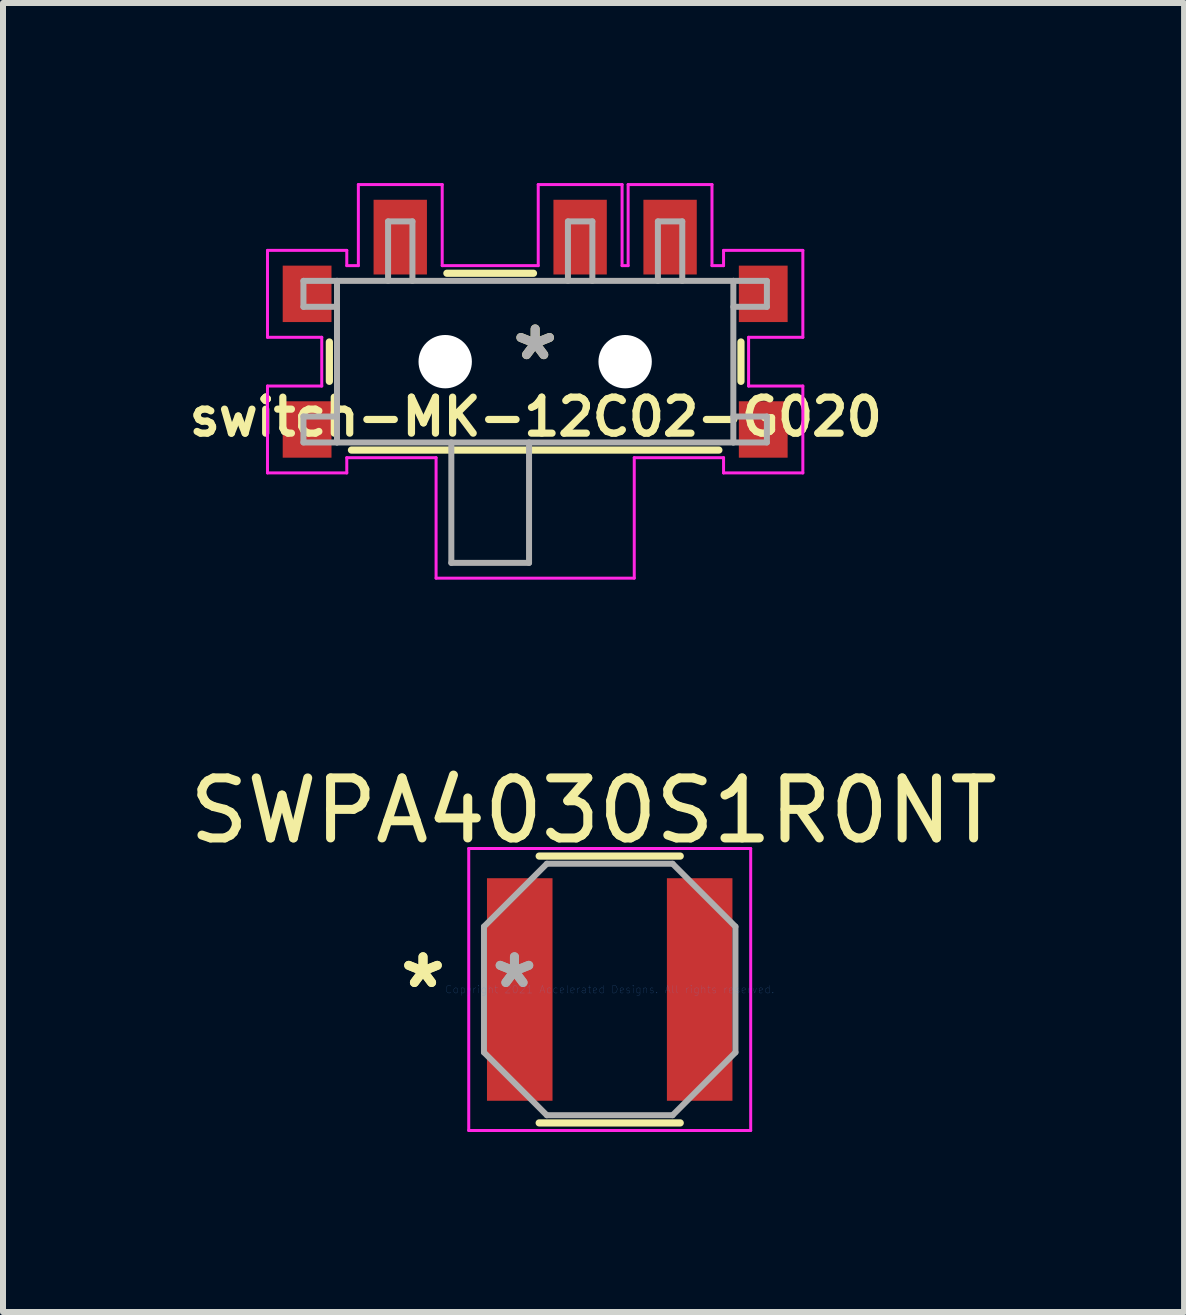
<source format=kicad_pcb>
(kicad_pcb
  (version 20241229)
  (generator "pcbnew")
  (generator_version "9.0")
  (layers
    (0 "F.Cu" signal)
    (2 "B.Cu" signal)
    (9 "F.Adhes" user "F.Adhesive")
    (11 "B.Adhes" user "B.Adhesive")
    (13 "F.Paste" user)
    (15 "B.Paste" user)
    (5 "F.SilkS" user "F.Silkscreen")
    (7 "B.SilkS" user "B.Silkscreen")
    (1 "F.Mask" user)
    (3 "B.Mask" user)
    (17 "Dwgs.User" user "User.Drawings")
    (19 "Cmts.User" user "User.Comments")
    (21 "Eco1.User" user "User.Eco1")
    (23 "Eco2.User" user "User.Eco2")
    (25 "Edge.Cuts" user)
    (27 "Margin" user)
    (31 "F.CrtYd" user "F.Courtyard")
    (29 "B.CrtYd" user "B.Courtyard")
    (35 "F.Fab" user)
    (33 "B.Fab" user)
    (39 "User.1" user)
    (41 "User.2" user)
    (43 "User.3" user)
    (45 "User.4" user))
  (footprint "switch-MK-12C02-G020"
    (layer "F.Cu")
    (at 5.867 2.976)
    (property "Reference" "switch-MK-12C02-G020" (at 0.01 0.92 0) (layer "F.SilkS") (effects (font (size 0.6 0.6) (thickness 0.12))))
    (attr through_hole)
    (fp_line (start -3.429 -0.328) (end -3.429 0.328) (stroke (width 0.12) (type solid)) (layer "F.SilkS"))
    (fp_line (start -3.061 1.473) (end 3.061 1.473) (stroke (width 0.12) (type solid)) (layer "F.SilkS"))
    (fp_line (start -0.028 -1.473) (end -1.471 -1.473) (stroke (width 0.12) (type solid)) (layer "F.SilkS"))
    (fp_line (start 3.429 0.328) (end 3.429 -0.328) (stroke (width 0.12) (type solid)) (layer "F.SilkS"))
    (fp_line (start -4.46 -1.854) (end -4.46 -0.406) (stroke (width 0.05) (type solid)) (layer "F.CrtYd"))
    (fp_line (start -4.46 -0.406) (end -3.556 -0.406) (stroke (width 0.05) (type solid)) (layer "F.CrtYd"))
    (fp_line (start -4.46 0.406) (end -4.46 1.854) (stroke (width 0.05) (type solid)) (layer "F.CrtYd"))
    (fp_line (start -4.46 1.854) (end -3.139 1.854) (stroke (width 0.05) (type solid)) (layer "F.CrtYd"))
    (fp_line (start -3.556 -0.406) (end -3.556 0.406) (stroke (width 0.05) (type solid)) (layer "F.CrtYd"))
    (fp_line (start -3.556 0.406) (end -4.46 0.406) (stroke (width 0.05) (type solid)) (layer "F.CrtYd"))
    (fp_line (start -3.139 -1.854) (end -4.46 -1.854) (stroke (width 0.05) (type solid)) (layer "F.CrtYd"))
    (fp_line (start -3.139 -1.6) (end -3.139 -1.854) (stroke (width 0.05) (type solid)) (layer "F.CrtYd"))
    (fp_line (start -3.139 1.6) (end -1.651 1.6) (stroke (width 0.05) (type solid)) (layer "F.CrtYd"))
    (fp_line (start -3.139 1.854) (end -3.139 1.6) (stroke (width 0.05) (type solid)) (layer "F.CrtYd"))
    (fp_line (start -2.946 -2.951) (end -2.946 -1.6) (stroke (width 0.05) (type solid)) (layer "F.CrtYd"))
    (fp_line (start -2.946 -1.6) (end -3.139 -1.6) (stroke (width 0.05) (type solid)) (layer "F.CrtYd"))
    (fp_line (start -1.651 1.6) (end -1.651 3.607) (stroke (width 0.05) (type solid)) (layer "F.CrtYd"))
    (fp_line (start -1.651 3.607) (end 1.651 3.607) (stroke (width 0.05) (type solid)) (layer "F.CrtYd"))
    (fp_line (start -1.549 -2.951) (end -2.946 -2.951) (stroke (width 0.05) (type solid)) (layer "F.CrtYd"))
    (fp_line (start -1.549 -1.6) (end -1.549 -2.951) (stroke (width 0.05) (type solid)) (layer "F.CrtYd"))
    (fp_line (start 0.051 -2.951) (end 0.051 -1.6) (stroke (width 0.05) (type solid)) (layer "F.CrtYd"))
    (fp_line (start 0.051 -1.6) (end -1.549 -1.6) (stroke (width 0.05) (type solid)) (layer "F.CrtYd"))
    (fp_line (start 1.448 -2.951) (end 0.051 -2.951) (stroke (width 0.05) (type solid)) (layer "F.CrtYd"))
    (fp_line (start 1.448 -1.6) (end 1.448 -2.951) (stroke (width 0.05) (type solid)) (layer "F.CrtYd"))
    (fp_line (start 1.549 -2.951) (end 1.549 -1.6) (stroke (width 0.05) (type solid)) (layer "F.CrtYd"))
    (fp_line (start 1.549 -1.6) (end 1.448 -1.6) (stroke (width 0.05) (type solid)) (layer "F.CrtYd"))
    (fp_line (start 1.651 1.6) (end 3.139 1.6) (stroke (width 0.05) (type solid)) (layer "F.CrtYd"))
    (fp_line (start 1.651 3.607) (end 1.651 1.6) (stroke (width 0.05) (type solid)) (layer "F.CrtYd"))
    (fp_line (start 2.946 -2.951) (end 1.549 -2.951) (stroke (width 0.05) (type solid)) (layer "F.CrtYd"))
    (fp_line (start 2.946 -1.6) (end 2.946 -2.951) (stroke (width 0.05) (type solid)) (layer "F.CrtYd"))
    (fp_line (start 3.139 -1.854) (end 3.139 -1.6) (stroke (width 0.05) (type solid)) (layer "F.CrtYd"))
    (fp_line (start 3.139 -1.6) (end 2.946 -1.6) (stroke (width 0.05) (type solid)) (layer "F.CrtYd"))
    (fp_line (start 3.139 1.6) (end 3.139 1.854) (stroke (width 0.05) (type solid)) (layer "F.CrtYd"))
    (fp_line (start 3.139 1.854) (end 4.46 1.854) (stroke (width 0.05) (type solid)) (layer "F.CrtYd"))
    (fp_line (start 3.556 -0.406) (end 4.46 -0.406) (stroke (width 0.05) (type solid)) (layer "F.CrtYd"))
    (fp_line (start 3.556 0.406) (end 3.556 -0.406) (stroke (width 0.05) (type solid)) (layer "F.CrtYd"))
    (fp_line (start 4.46 -1.854) (end 3.139 -1.854) (stroke (width 0.05) (type solid)) (layer "F.CrtYd"))
    (fp_line (start 4.46 -0.406) (end 4.46 -1.854) (stroke (width 0.05) (type solid)) (layer "F.CrtYd"))
    (fp_line (start 4.46 0.406) (end 3.556 0.406) (stroke (width 0.05) (type solid)) (layer "F.CrtYd"))
    (fp_line (start 4.46 1.854) (end 4.46 0.406) (stroke (width 0.05) (type solid)) (layer "F.CrtYd"))
    (fp_line (start -3.861 -1.346) (end -3.861 -0.914) (stroke (width 0.1) (type solid)) (layer "F.Fab"))
    (fp_line (start -3.861 0.914) (end -3.302 0.914) (stroke (width 0.1) (type solid)) (layer "F.Fab"))
    (fp_line (start -3.861 1.346) (end -3.861 0.914) (stroke (width 0.1) (type solid)) (layer "F.Fab"))
    (fp_line (start -3.302 -1.346) (end -3.861 -1.346) (stroke (width 0.1) (type solid)) (layer "F.Fab"))
    (fp_line (start -3.302 -1.346) (end -3.302 1.346) (stroke (width 0.1) (type solid)) (layer "F.Fab"))
    (fp_line (start -3.302 -0.914) (end -3.861 -0.914) (stroke (width 0.1) (type solid)) (layer "F.Fab"))
    (fp_line (start -3.302 1.346) (end -3.861 1.346) (stroke (width 0.1) (type solid)) (layer "F.Fab"))
    (fp_line (start -3.302 1.346) (end 3.302 1.346) (stroke (width 0.1) (type solid)) (layer "F.Fab"))
    (fp_line (start -2.451 -2.337) (end -2.045 -2.337) (stroke (width 0.1) (type solid)) (layer "F.Fab"))
    (fp_line (start -2.451 -1.346) (end -2.451 -2.337) (stroke (width 0.1) (type solid)) (layer "F.Fab"))
    (fp_line (start -2.045 -2.337) (end -2.045 -1.346) (stroke (width 0.1) (type solid)) (layer "F.Fab"))
    (fp_line (start -1.397 1.346) (end -1.397 3.353) (stroke (width 0.1) (type solid)) (layer "F.Fab"))
    (fp_line (start -1.397 3.353) (end -0.102 3.353) (stroke (width 0.1) (type solid)) (layer "F.Fab"))
    (fp_line (start -0.102 3.353) (end -0.102 1.346) (stroke (width 0.1) (type solid)) (layer "F.Fab"))
    (fp_line (start 0.546 -2.337) (end 0.953 -2.337) (stroke (width 0.1) (type solid)) (layer "F.Fab"))
    (fp_line (start 0.546 -1.346) (end 0.546 -2.337) (stroke (width 0.1) (type solid)) (layer "F.Fab"))
    (fp_line (start 0.953 -2.337) (end 0.953 -1.346) (stroke (width 0.1) (type solid)) (layer "F.Fab"))
    (fp_line (start 2.045 -2.337) (end 2.451 -2.337) (stroke (width 0.1) (type solid)) (layer "F.Fab"))
    (fp_line (start 2.045 -1.346) (end 2.045 -2.337) (stroke (width 0.1) (type solid)) (layer "F.Fab"))
    (fp_line (start 2.451 -2.337) (end 2.451 -1.346) (stroke (width 0.1) (type solid)) (layer "F.Fab"))
    (fp_line (start 3.302 -1.346) (end -3.302 -1.346) (stroke (width 0.1) (type solid)) (layer "F.Fab"))
    (fp_line (start 3.302 -0.914) (end 3.861 -0.914) (stroke (width 0.1) (type solid)) (layer "F.Fab"))
    (fp_line (start 3.302 1.346) (end 3.302 -1.346) (stroke (width 0.1) (type solid)) (layer "F.Fab"))
    (fp_line (start 3.302 1.346) (end 3.861 1.346) (stroke (width 0.1) (type solid)) (layer "F.Fab"))
    (fp_line (start 3.861 -1.346) (end 3.302 -1.346) (stroke (width 0.1) (type solid)) (layer "F.Fab"))
    (fp_line (start 3.861 -0.914) (end 3.861 -1.346) (stroke (width 0.1) (type solid)) (layer "F.Fab"))
    (fp_line (start 3.861 0.914) (end 3.302 0.914) (stroke (width 0.1) (type solid)) (layer "F.Fab"))
    (fp_line (start 3.861 1.346) (end 3.861 0.914) (stroke (width 0.1) (type solid)) (layer "F.Fab"))
    (fp_text user "*" (at 0 0 0) (layer "F.SilkS") (effects (font (size 1 1) (thickness 0.15))))
    (fp_text user "*" (at 0 0 0) (layer "F.Fab") (effects (font (size 1 1) (thickness 0.15))))
    (pad "" np_thru_hole circle (at -1.499 0) (size 0.889 0.889) (drill 0.889) (layers "*.Cu" "*.Mask"))
    (pad "" np_thru_hole circle (at 1.499 0) (size 0.889 0.889) (drill 0.889) (layers "*.Cu" "*.Mask"))
    (pad "1" smd rect (at -2.248 -2.075) (size 0.889 1.245) (layers "F.Cu" "F.Mask" "F.Paste"))
    (pad "2" smd rect (at 0.749 -2.075) (size 0.889 1.245) (layers "F.Cu" "F.Mask" "F.Paste"))
    (pad "3" smd rect (at 2.248 -2.075) (size 0.889 1.245) (layers "F.Cu" "F.Mask" "F.Paste"))
    (pad "6" smd rect (at -3.8 -1.13) (size 0.813 0.94) (layers "F.Cu" "F.Mask" "F.Paste"))
    (pad "7" smd rect (at 3.8 -1.13) (size 0.813 0.94) (layers "F.Cu" "F.Mask" "F.Paste"))
    (pad "8" smd rect (at -3.8 1.13) (size 0.813 0.94) (layers "F.Cu" "F.Mask" "F.Paste"))
    (pad "9" smd rect (at 3.8 1.13) (size 0.813 0.94) (layers "F.Cu" "F.Mask" "F.Paste")))
  (footprint "SWPA4030S1R0NT"
    (layer "F.Cu")
    (at 7.109 13.437)
    (property "Reference" "SWPA4030S1R0NT" (at -0.27 -2.98 0) (layer "F.SilkS") (effects (font (size 1 1) (thickness 0.15))))
    (attr through_hole)
    (fp_line (start -1.175 2.223) (end 1.175 2.223) (stroke (width 0.12) (type solid)) (layer "F.SilkS"))
    (fp_line (start 1.175 -2.223) (end -1.175 -2.223) (stroke (width 0.12) (type solid)) (layer "F.SilkS"))
    (fp_line (start -2.349 -2.349) (end 2.349 -2.349) (stroke (width 0.05) (type solid)) (layer "F.CrtYd"))
    (fp_line (start -2.349 2.349) (end -2.349 -2.349) (stroke (width 0.05) (type solid)) (layer "F.CrtYd"))
    (fp_line (start 2.349 -2.349) (end 2.349 2.349) (stroke (width 0.05) (type solid)) (layer "F.CrtYd"))
    (fp_line (start 2.349 2.349) (end -2.349 2.349) (stroke (width 0.05) (type solid)) (layer "F.CrtYd"))
    (fp_line (start -2.095 -1.048) (end -2.095 1.048) (stroke (width 0.1) (type solid)) (layer "F.Fab"))
    (fp_line (start -2.095 1.048) (end -1.048 2.095) (stroke (width 0.1) (type solid)) (layer "F.Fab"))
    (fp_line (start -1.048 -2.095) (end -2.095 -1.048) (stroke (width 0.1) (type solid)) (layer "F.Fab"))
    (fp_line (start -1.048 2.095) (end 1.048 2.095) (stroke (width 0.1) (type solid)) (layer "F.Fab"))
    (fp_line (start 1.048 -2.095) (end -1.048 -2.095) (stroke (width 0.1) (type solid)) (layer "F.Fab"))
    (fp_line (start 1.048 2.095) (end 2.095 1.048) (stroke (width 0.1) (type solid)) (layer "F.Fab"))
    (fp_line (start 2.095 -1.048) (end 1.048 -2.095) (stroke (width 0.1) (type solid)) (layer "F.Fab"))
    (fp_line (start 2.095 1.048) (end 2.095 -1.048) (stroke (width 0.1) (type solid)) (layer "F.Fab"))
    (fp_text user "*" (at -3.111 0 0) (layer "F.SilkS") (effects (font (size 1 1) (thickness 0.15))))
    (fp_text user "*" (at -3.111 0 0) (layer "F.SilkS") (effects (font (size 1 1) (thickness 0.15))))
    (fp_text user "Copyright 2021 Accelerated Designs. All rights reserved." (at 0 0 0) (layer "Cmts.User") (effects (font (size 0.127 0.127) (thickness 0.002))))
    (fp_text user "*" (at -1.587 0 0) (layer "F.Fab") (effects (font (size 1 1) (thickness 0.15))))
    (fp_text user "*" (at -1.587 0 0) (layer "F.Fab") (effects (font (size 1 1) (thickness 0.15))))
    (pad "1" smd rect (at -1.499 0) (size 1.092 3.708) (layers "F.Cu" "F.Mask" "F.Paste"))
    (pad "2" smd rect (at 1.499 0) (size 1.092 3.708) (layers "F.Cu" "F.Mask" "F.Paste")))
  (gr_rect
    (start -3 -3)
    (end 16.679 18.811)
    (stroke (width 0.1) (type default))
    (fill no)
    (layer "Edge.Cuts")))
</source>
